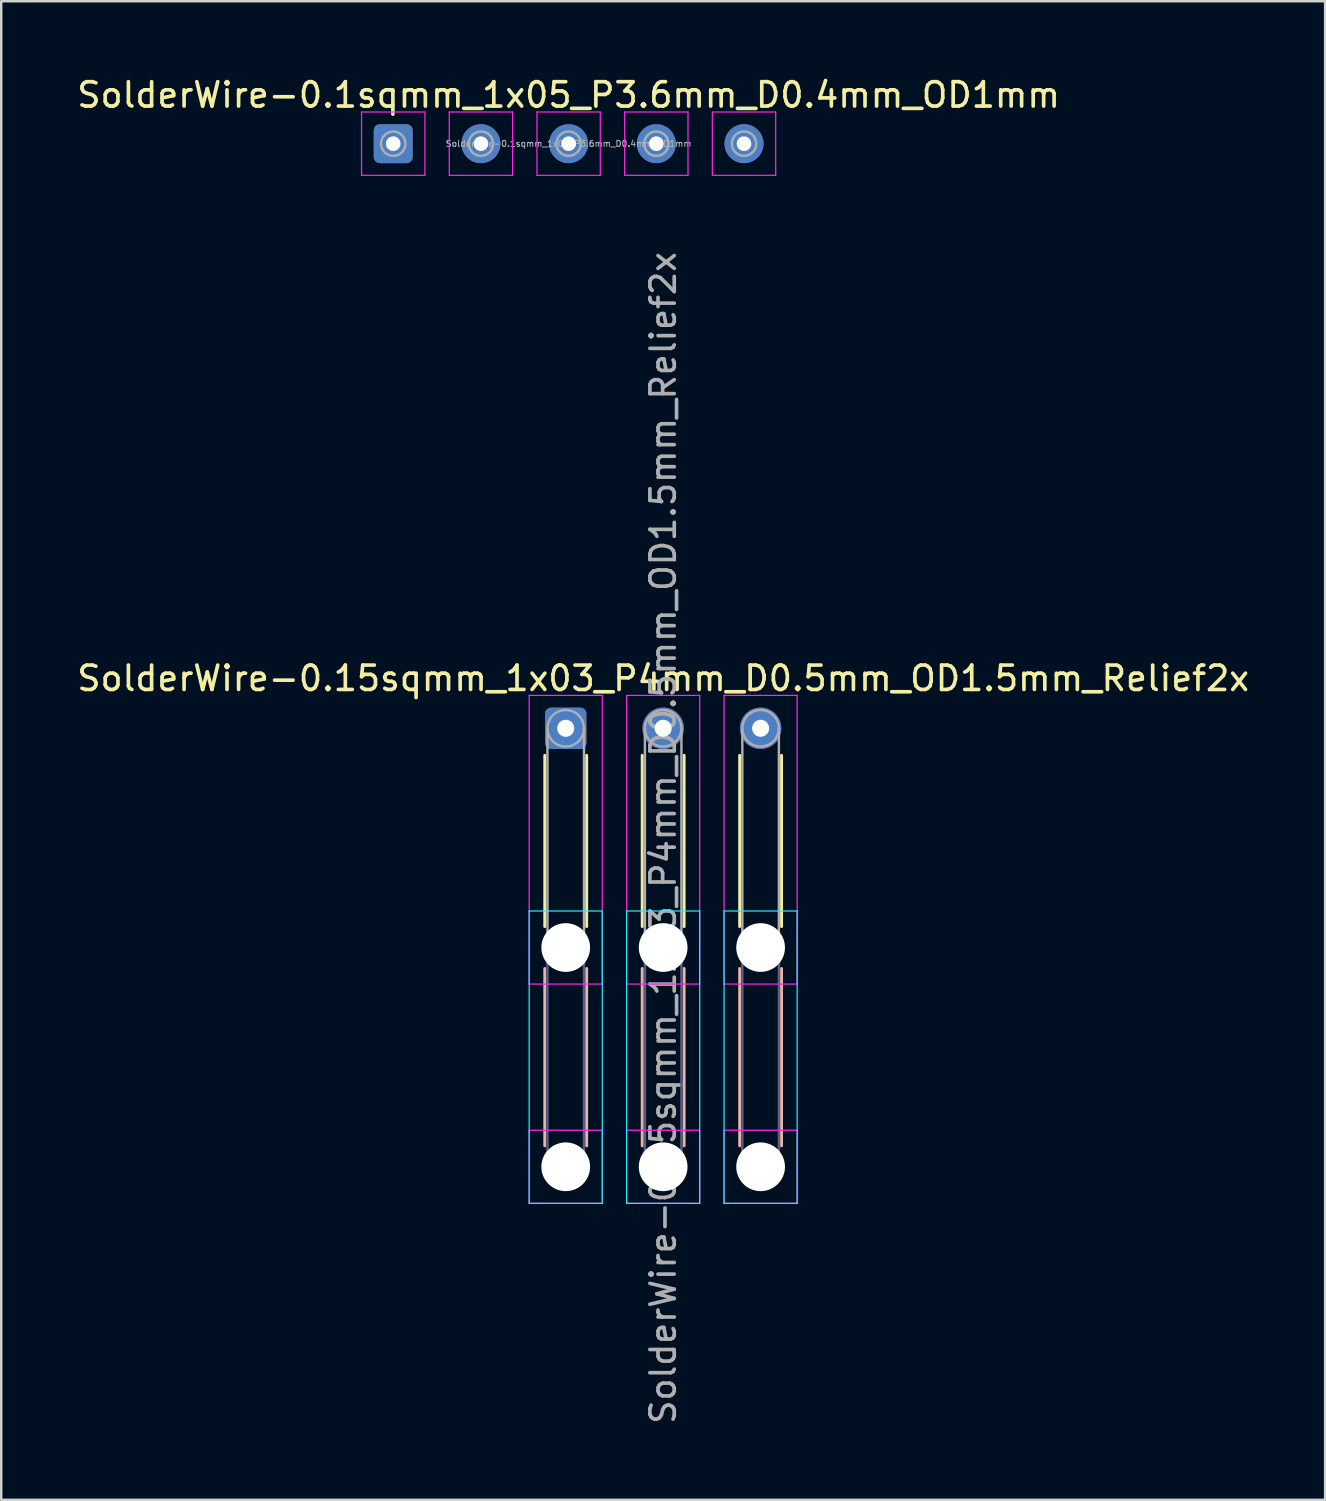
<source format=kicad_pcb>
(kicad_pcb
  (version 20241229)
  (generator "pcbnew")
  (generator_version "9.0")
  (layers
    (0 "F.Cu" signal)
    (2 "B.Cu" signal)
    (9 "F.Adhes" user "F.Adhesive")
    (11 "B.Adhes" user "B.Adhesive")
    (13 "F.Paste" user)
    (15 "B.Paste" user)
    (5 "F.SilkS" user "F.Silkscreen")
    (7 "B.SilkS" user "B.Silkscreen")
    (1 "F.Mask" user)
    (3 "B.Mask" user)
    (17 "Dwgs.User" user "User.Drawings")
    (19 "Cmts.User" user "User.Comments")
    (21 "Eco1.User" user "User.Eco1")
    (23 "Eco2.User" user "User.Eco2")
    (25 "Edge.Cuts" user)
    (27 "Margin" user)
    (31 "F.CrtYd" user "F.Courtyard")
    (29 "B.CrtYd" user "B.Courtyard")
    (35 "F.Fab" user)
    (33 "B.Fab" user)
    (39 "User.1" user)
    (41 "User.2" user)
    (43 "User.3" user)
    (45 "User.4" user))
  (footprint "SolderWire-0.1sqmm_1x05_P3.6mm_D0.4mm_OD1mm"
    (layer "F.Cu")
    (at 13.092 2.848)
    (property "Reference" "SolderWire-0.1sqmm_1x05_P3.6mm_D0.4mm_OD1mm" (at 7.2 -2 0) (layer "F.SilkS") (effects (font (size 1 1) (thickness 0.15))))
    (attr exclude_from_pos_files exclude_from_bom)
    (fp_line (start -1.3 -1.3) (end -1.3 1.3) (stroke (width 0.05) (type solid)) (layer "F.CrtYd"))
    (fp_line (start -1.3 1.3) (end 1.3 1.3) (stroke (width 0.05) (type solid)) (layer "F.CrtYd"))
    (fp_line (start 1.3 -1.3) (end -1.3 -1.3) (stroke (width 0.05) (type solid)) (layer "F.CrtYd"))
    (fp_line (start 1.3 1.3) (end 1.3 -1.3) (stroke (width 0.05) (type solid)) (layer "F.CrtYd"))
    (fp_line (start 2.3 -1.3) (end 2.3 1.3) (stroke (width 0.05) (type solid)) (layer "F.CrtYd"))
    (fp_line (start 2.3 1.3) (end 4.9 1.3) (stroke (width 0.05) (type solid)) (layer "F.CrtYd"))
    (fp_line (start 4.9 -1.3) (end 2.3 -1.3) (stroke (width 0.05) (type solid)) (layer "F.CrtYd"))
    (fp_line (start 4.9 1.3) (end 4.9 -1.3) (stroke (width 0.05) (type solid)) (layer "F.CrtYd"))
    (fp_line (start 5.9 -1.3) (end 5.9 1.3) (stroke (width 0.05) (type solid)) (layer "F.CrtYd"))
    (fp_line (start 5.9 1.3) (end 8.5 1.3) (stroke (width 0.05) (type solid)) (layer "F.CrtYd"))
    (fp_line (start 8.5 -1.3) (end 5.9 -1.3) (stroke (width 0.05) (type solid)) (layer "F.CrtYd"))
    (fp_line (start 8.5 1.3) (end 8.5 -1.3) (stroke (width 0.05) (type solid)) (layer "F.CrtYd"))
    (fp_line (start 9.5 -1.3) (end 9.5 1.3) (stroke (width 0.05) (type solid)) (layer "F.CrtYd"))
    (fp_line (start 9.5 1.3) (end 12.1 1.3) (stroke (width 0.05) (type solid)) (layer "F.CrtYd"))
    (fp_line (start 12.1 -1.3) (end 9.5 -1.3) (stroke (width 0.05) (type solid)) (layer "F.CrtYd"))
    (fp_line (start 12.1 1.3) (end 12.1 -1.3) (stroke (width 0.05) (type solid)) (layer "F.CrtYd"))
    (fp_line (start 13.1 -1.3) (end 13.1 1.3) (stroke (width 0.05) (type solid)) (layer "F.CrtYd"))
    (fp_line (start 13.1 1.3) (end 15.7 1.3) (stroke (width 0.05) (type solid)) (layer "F.CrtYd"))
    (fp_line (start 15.7 -1.3) (end 13.1 -1.3) (stroke (width 0.05) (type solid)) (layer "F.CrtYd"))
    (fp_line (start 15.7 1.3) (end 15.7 -1.3) (stroke (width 0.05) (type solid)) (layer "F.CrtYd"))
    (fp_circle (center 0 0) (end 0.5 0) (stroke (width 0.1) (type solid)) (fill no) (layer "F.Fab"))
    (fp_circle (center 3.6 0) (end 4.1 0) (stroke (width 0.1) (type solid)) (fill no) (layer "F.Fab"))
    (fp_circle (center 7.2 0) (end 7.7 0) (stroke (width 0.1) (type solid)) (fill no) (layer "F.Fab"))
    (fp_circle (center 10.8 0) (end 11.3 0) (stroke (width 0.1) (type solid)) (fill no) (layer "F.Fab"))
    (fp_circle (center 14.4 0) (end 14.9 0) (stroke (width 0.1) (type solid)) (fill no) (layer "F.Fab"))
    (fp_text user "${REFERENCE}" (at 7.2 0 0) (layer "F.Fab") (effects (font (size 0.25 0.25) (thickness 0.04))))
    (pad "1" thru_hole roundrect (at 0 0) (size 1.6 1.6) (drill 0.6) (layers "*.Cu" "*.Mask") (roundrect_rratio 0.156))
    (pad "2" thru_hole circle (at 3.6 0) (size 1.6 1.6) (drill 0.6) (layers "*.Cu" "*.Mask"))
    (pad "3" thru_hole circle (at 7.2 0) (size 1.6 1.6) (drill 0.6) (layers "*.Cu" "*.Mask"))
    (pad "4" thru_hole circle (at 10.8 0) (size 1.6 1.6) (drill 0.6) (layers "*.Cu" "*.Mask"))
    (pad "5" thru_hole circle (at 14.4 0) (size 1.6 1.6) (drill 0.6) (layers "*.Cu" "*.Mask")))
  (footprint "SolderWire-0.15sqmm_1x03_P4mm_D0.5mm_OD1.5mm_Relief2x"
    (layer "F.Cu")
    (at 20.173 26.846)
    (property "Reference" "SolderWire-0.15sqmm_1x03_P4mm_D0.5mm_OD1.5mm_Relief2x" (at 4 -2.05 0) (layer "F.SilkS") (effects (font (size 1 1) (thickness 0.15))))
    (attr exclude_from_pos_files exclude_from_bom)
    (fp_line (start -0.86 1.11) (end -0.86 8.14) (stroke (width 0.12) (type solid)) (layer "F.SilkS"))
    (fp_line (start 0.86 1.11) (end 0.86 8.14) (stroke (width 0.12) (type solid)) (layer "F.SilkS"))
    (fp_line (start 3.14 1.11) (end 3.14 8.14) (stroke (width 0.12) (type solid)) (layer "F.SilkS"))
    (fp_line (start 4.86 1.11) (end 4.86 8.14) (stroke (width 0.12) (type solid)) (layer "F.SilkS"))
    (fp_line (start 7.14 1.11) (end 7.14 8.14) (stroke (width 0.12) (type solid)) (layer "F.SilkS"))
    (fp_line (start 8.86 1.11) (end 8.86 8.14) (stroke (width 0.12) (type solid)) (layer "F.SilkS"))
    (fp_line (start -0.86 9.86) (end -0.86 17.14) (stroke (width 0.12) (type solid)) (layer "B.SilkS"))
    (fp_line (start 0.86 9.86) (end 0.86 17.14) (stroke (width 0.12) (type solid)) (layer "B.SilkS"))
    (fp_line (start 3.14 9.86) (end 3.14 17.14) (stroke (width 0.12) (type solid)) (layer "B.SilkS"))
    (fp_line (start 4.86 9.86) (end 4.86 17.14) (stroke (width 0.12) (type solid)) (layer "B.SilkS"))
    (fp_line (start 7.14 9.86) (end 7.14 17.14) (stroke (width 0.12) (type solid)) (layer "B.SilkS"))
    (fp_line (start 8.86 9.86) (end 8.86 17.14) (stroke (width 0.12) (type solid)) (layer "B.SilkS"))
    (fp_line (start -1.5 7.5) (end -1.5 19.5) (stroke (width 0.05) (type solid)) (layer "B.CrtYd"))
    (fp_line (start -1.5 19.5) (end 1.5 19.5) (stroke (width 0.05) (type solid)) (layer "B.CrtYd"))
    (fp_line (start 1.5 7.5) (end -1.5 7.5) (stroke (width 0.05) (type solid)) (layer "B.CrtYd"))
    (fp_line (start 1.5 19.5) (end 1.5 7.5) (stroke (width 0.05) (type solid)) (layer "B.CrtYd"))
    (fp_line (start 2.5 7.5) (end 2.5 19.5) (stroke (width 0.05) (type solid)) (layer "B.CrtYd"))
    (fp_line (start 2.5 19.5) (end 5.5 19.5) (stroke (width 0.05) (type solid)) (layer "B.CrtYd"))
    (fp_line (start 5.5 7.5) (end 2.5 7.5) (stroke (width 0.05) (type solid)) (layer "B.CrtYd"))
    (fp_line (start 5.5 19.5) (end 5.5 7.5) (stroke (width 0.05) (type solid)) (layer "B.CrtYd"))
    (fp_line (start 6.5 7.5) (end 6.5 19.5) (stroke (width 0.05) (type solid)) (layer "B.CrtYd"))
    (fp_line (start 6.5 19.5) (end 9.5 19.5) (stroke (width 0.05) (type solid)) (layer "B.CrtYd"))
    (fp_line (start 9.5 7.5) (end 6.5 7.5) (stroke (width 0.05) (type solid)) (layer "B.CrtYd"))
    (fp_line (start 9.5 19.5) (end 9.5 7.5) (stroke (width 0.05) (type solid)) (layer "B.CrtYd"))
    (fp_line (start -1.5 -1.35) (end -1.5 10.5) (stroke (width 0.05) (type solid)) (layer "F.CrtYd"))
    (fp_line (start -1.5 10.5) (end 1.5 10.5) (stroke (width 0.05) (type solid)) (layer "F.CrtYd"))
    (fp_line (start -1.5 16.5) (end -1.5 19.5) (stroke (width 0.05) (type solid)) (layer "F.CrtYd"))
    (fp_line (start -1.5 19.5) (end 1.5 19.5) (stroke (width 0.05) (type solid)) (layer "F.CrtYd"))
    (fp_line (start 1.5 -1.35) (end -1.5 -1.35) (stroke (width 0.05) (type solid)) (layer "F.CrtYd"))
    (fp_line (start 1.5 10.5) (end 1.5 -1.35) (stroke (width 0.05) (type solid)) (layer "F.CrtYd"))
    (fp_line (start 1.5 16.5) (end -1.5 16.5) (stroke (width 0.05) (type solid)) (layer "F.CrtYd"))
    (fp_line (start 1.5 19.5) (end 1.5 16.5) (stroke (width 0.05) (type solid)) (layer "F.CrtYd"))
    (fp_line (start 2.5 -1.35) (end 2.5 10.5) (stroke (width 0.05) (type solid)) (layer "F.CrtYd"))
    (fp_line (start 2.5 10.5) (end 5.5 10.5) (stroke (width 0.05) (type solid)) (layer "F.CrtYd"))
    (fp_line (start 2.5 16.5) (end 2.5 19.5) (stroke (width 0.05) (type solid)) (layer "F.CrtYd"))
    (fp_line (start 2.5 19.5) (end 5.5 19.5) (stroke (width 0.05) (type solid)) (layer "F.CrtYd"))
    (fp_line (start 5.5 -1.35) (end 2.5 -1.35) (stroke (width 0.05) (type solid)) (layer "F.CrtYd"))
    (fp_line (start 5.5 10.5) (end 5.5 -1.35) (stroke (width 0.05) (type solid)) (layer "F.CrtYd"))
    (fp_line (start 5.5 16.5) (end 2.5 16.5) (stroke (width 0.05) (type solid)) (layer "F.CrtYd"))
    (fp_line (start 5.5 19.5) (end 5.5 16.5) (stroke (width 0.05) (type solid)) (layer "F.CrtYd"))
    (fp_line (start 6.5 -1.35) (end 6.5 10.5) (stroke (width 0.05) (type solid)) (layer "F.CrtYd"))
    (fp_line (start 6.5 10.5) (end 9.5 10.5) (stroke (width 0.05) (type solid)) (layer "F.CrtYd"))
    (fp_line (start 6.5 16.5) (end 6.5 19.5) (stroke (width 0.05) (type solid)) (layer "F.CrtYd"))
    (fp_line (start 6.5 19.5) (end 9.5 19.5) (stroke (width 0.05) (type solid)) (layer "F.CrtYd"))
    (fp_line (start 9.5 -1.35) (end 6.5 -1.35) (stroke (width 0.05) (type solid)) (layer "F.CrtYd"))
    (fp_line (start 9.5 10.5) (end 9.5 -1.35) (stroke (width 0.05) (type solid)) (layer "F.CrtYd"))
    (fp_line (start 9.5 16.5) (end 6.5 16.5) (stroke (width 0.05) (type solid)) (layer "F.CrtYd"))
    (fp_line (start 9.5 19.5) (end 9.5 16.5) (stroke (width 0.05) (type solid)) (layer "F.CrtYd"))
    (fp_line (start -0.75 9) (end -0.75 18) (stroke (width 0.1) (type solid)) (layer "B.Fab"))
    (fp_line (start 0.75 9) (end 0.75 18) (stroke (width 0.1) (type solid)) (layer "B.Fab"))
    (fp_line (start 3.25 9) (end 3.25 18) (stroke (width 0.1) (type solid)) (layer "B.Fab"))
    (fp_line (start 4.75 9) (end 4.75 18) (stroke (width 0.1) (type solid)) (layer "B.Fab"))
    (fp_line (start 7.25 9) (end 7.25 18) (stroke (width 0.1) (type solid)) (layer "B.Fab"))
    (fp_line (start 8.75 9) (end 8.75 18) (stroke (width 0.1) (type solid)) (layer "B.Fab"))
    (fp_circle (center 0 9) (end 0.75 9) (stroke (width 0.1) (type solid)) (fill no) (layer "B.Fab"))
    (fp_circle (center 0 18) (end 0.75 18) (stroke (width 0.1) (type solid)) (fill no) (layer "B.Fab"))
    (fp_circle (center 4 9) (end 4.75 9) (stroke (width 0.1) (type solid)) (fill no) (layer "B.Fab"))
    (fp_circle (center 4 18) (end 4.75 18) (stroke (width 0.1) (type solid)) (fill no) (layer "B.Fab"))
    (fp_circle (center 8 9) (end 8.75 9) (stroke (width 0.1) (type solid)) (fill no) (layer "B.Fab"))
    (fp_circle (center 8 18) (end 8.75 18) (stroke (width 0.1) (type solid)) (fill no) (layer "B.Fab"))
    (fp_line (start -0.75 0) (end -0.75 9) (stroke (width 0.1) (type solid)) (layer "F.Fab"))
    (fp_line (start 0.75 0) (end 0.75 9) (stroke (width 0.1) (type solid)) (layer "F.Fab"))
    (fp_line (start 3.25 0) (end 3.25 9) (stroke (width 0.1) (type solid)) (layer "F.Fab"))
    (fp_line (start 4.75 0) (end 4.75 9) (stroke (width 0.1) (type solid)) (layer "F.Fab"))
    (fp_line (start 7.25 0) (end 7.25 9) (stroke (width 0.1) (type solid)) (layer "F.Fab"))
    (fp_line (start 8.75 0) (end 8.75 9) (stroke (width 0.1) (type solid)) (layer "F.Fab"))
    (fp_circle (center 0 0) (end 0.75 0) (stroke (width 0.1) (type solid)) (fill no) (layer "F.Fab"))
    (fp_circle (center 0 9) (end 0.75 9) (stroke (width 0.1) (type solid)) (fill no) (layer "F.Fab"))
    (fp_circle (center 0 18) (end 0.75 18) (stroke (width 0.1) (type solid)) (fill no) (layer "F.Fab"))
    (fp_circle (center 4 0) (end 4.75 0) (stroke (width 0.1) (type solid)) (fill no) (layer "F.Fab"))
    (fp_circle (center 4 9) (end 4.75 9) (stroke (width 0.1) (type solid)) (fill no) (layer "F.Fab"))
    (fp_circle (center 4 18) (end 4.75 18) (stroke (width 0.1) (type solid)) (fill no) (layer "F.Fab"))
    (fp_circle (center 8 0) (end 8.75 0) (stroke (width 0.1) (type solid)) (fill no) (layer "F.Fab"))
    (fp_circle (center 8 9) (end 8.75 9) (stroke (width 0.1) (type solid)) (fill no) (layer "F.Fab"))
    (fp_circle (center 8 18) (end 8.75 18) (stroke (width 0.1) (type solid)) (fill no) (layer "F.Fab"))
    (fp_text user "${REFERENCE}" (at 4 4.5 90) (layer "F.Fab") (effects (font (size 1 1) (thickness 0.15))))
    (pad "" np_thru_hole circle (at 0 9) (size 2 2) (drill 2) (layers "*.Cu" "*.Mask"))
    (pad "" np_thru_hole circle (at 0 18) (size 2 2) (drill 2) (layers "*.Cu" "*.Mask"))
    (pad "" np_thru_hole circle (at 4 9) (size 2 2) (drill 2) (layers "*.Cu" "*.Mask"))
    (pad "" np_thru_hole circle (at 4 18) (size 2 2) (drill 2) (layers "*.Cu" "*.Mask"))
    (pad "" np_thru_hole circle (at 8 9) (size 2 2) (drill 2) (layers "*.Cu" "*.Mask"))
    (pad "" np_thru_hole circle (at 8 18) (size 2 2) (drill 2) (layers "*.Cu" "*.Mask"))
    (pad "1" thru_hole roundrect (at 0 0) (size 1.7 1.7) (drill 0.7) (layers "*.Cu" "*.Mask") (roundrect_rratio 0.147))
    (pad "2" thru_hole circle (at 4 0) (size 1.7 1.7) (drill 0.7) (layers "*.Cu" "*.Mask"))
    (pad "3" thru_hole circle (at 8 0) (size 1.7 1.7) (drill 0.7) (layers "*.Cu" "*.Mask")))
  (gr_rect
    (start -3 -3)
    (end 51.345 58.518)
    (stroke (width 0.1) (type default))
    (fill no)
    (layer "Edge.Cuts")))
</source>
